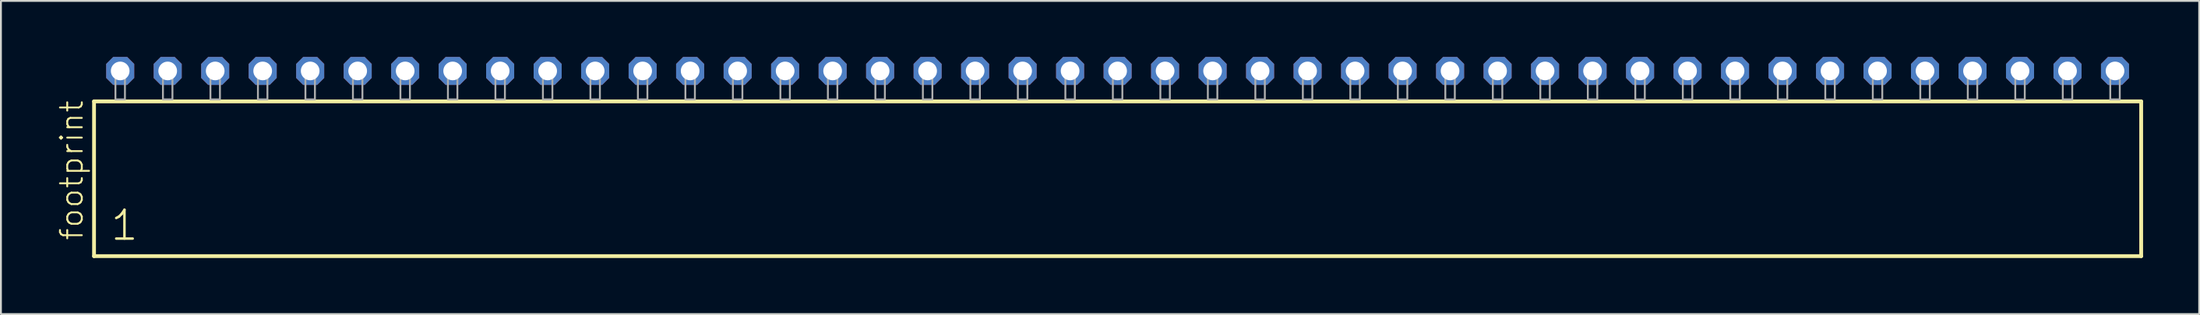
<source format=kicad_pcb>
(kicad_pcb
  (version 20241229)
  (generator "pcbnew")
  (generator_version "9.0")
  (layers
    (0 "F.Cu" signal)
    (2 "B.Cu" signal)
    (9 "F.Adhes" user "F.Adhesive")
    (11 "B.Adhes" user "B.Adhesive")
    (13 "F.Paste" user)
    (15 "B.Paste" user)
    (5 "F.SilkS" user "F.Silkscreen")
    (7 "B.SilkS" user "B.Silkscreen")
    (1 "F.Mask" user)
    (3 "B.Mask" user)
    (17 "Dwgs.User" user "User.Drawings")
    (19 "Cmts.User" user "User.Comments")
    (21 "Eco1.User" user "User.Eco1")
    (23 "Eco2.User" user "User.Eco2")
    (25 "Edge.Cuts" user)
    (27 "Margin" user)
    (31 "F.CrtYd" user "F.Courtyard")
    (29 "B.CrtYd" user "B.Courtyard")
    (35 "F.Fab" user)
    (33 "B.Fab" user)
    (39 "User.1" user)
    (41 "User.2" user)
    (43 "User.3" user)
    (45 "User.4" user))
  (footprint "footprint"
    (layer "F.Cu")
    (at 56.718 2.274)
    (property "Reference" "footprint" (at -55.245 7.62 90) (layer "F.SilkS") (effects (font (size 1.168 1.168) (thickness 0.102)) (justify left bottom)))
    (fp_line (start -54.739 0.106) (end -54.739 8.396) (stroke (width 0.203) (type solid)) (layer "F.SilkS"))
    (fp_line (start -54.739 8.396) (end 54.739 8.396) (stroke (width 0.203) (type solid)) (layer "F.SilkS"))
    (fp_line (start 54.739 0.106) (end -54.739 0.106) (stroke (width 0.203) (type solid)) (layer "F.SilkS"))
    (fp_line (start 54.739 8.396) (end 54.739 0.106) (stroke (width 0.203) (type solid)) (layer "F.SilkS"))
    (fp_poly (pts (xy -53.594 0) (xy -53.086 0) (xy -53.086 -1.778) (xy -53.594 -1.778)) (stroke (width 0.1) (type solid)) (fill no) (layer "F.Fab"))
    (fp_poly (pts (xy -51.054 0) (xy -50.546 0) (xy -50.546 -1.778) (xy -51.054 -1.778)) (stroke (width 0.1) (type solid)) (fill no) (layer "F.Fab"))
    (fp_poly (pts (xy -48.514 0) (xy -48.006 0) (xy -48.006 -1.778) (xy -48.514 -1.778)) (stroke (width 0.1) (type solid)) (fill no) (layer "F.Fab"))
    (fp_poly (pts (xy -45.974 0) (xy -45.466 0) (xy -45.466 -1.778) (xy -45.974 -1.778)) (stroke (width 0.1) (type solid)) (fill no) (layer "F.Fab"))
    (fp_poly (pts (xy -43.434 0) (xy -42.926 0) (xy -42.926 -1.778) (xy -43.434 -1.778)) (stroke (width 0.1) (type solid)) (fill no) (layer "F.Fab"))
    (fp_poly (pts (xy -40.894 0) (xy -40.386 0) (xy -40.386 -1.778) (xy -40.894 -1.778)) (stroke (width 0.1) (type solid)) (fill no) (layer "F.Fab"))
    (fp_poly (pts (xy -38.354 0) (xy -37.846 0) (xy -37.846 -1.778) (xy -38.354 -1.778)) (stroke (width 0.1) (type solid)) (fill no) (layer "F.Fab"))
    (fp_poly (pts (xy -35.814 0) (xy -35.306 0) (xy -35.306 -1.778) (xy -35.814 -1.778)) (stroke (width 0.1) (type solid)) (fill no) (layer "F.Fab"))
    (fp_poly (pts (xy -33.274 0) (xy -32.766 0) (xy -32.766 -1.778) (xy -33.274 -1.778)) (stroke (width 0.1) (type solid)) (fill no) (layer "F.Fab"))
    (fp_poly (pts (xy -30.734 0) (xy -30.226 0) (xy -30.226 -1.778) (xy -30.734 -1.778)) (stroke (width 0.1) (type solid)) (fill no) (layer "F.Fab"))
    (fp_poly (pts (xy -28.194 0) (xy -27.686 0) (xy -27.686 -1.778) (xy -28.194 -1.778)) (stroke (width 0.1) (type solid)) (fill no) (layer "F.Fab"))
    (fp_poly (pts (xy -25.654 0) (xy -25.146 0) (xy -25.146 -1.778) (xy -25.654 -1.778)) (stroke (width 0.1) (type solid)) (fill no) (layer "F.Fab"))
    (fp_poly (pts (xy -23.114 0) (xy -22.606 0) (xy -22.606 -1.778) (xy -23.114 -1.778)) (stroke (width 0.1) (type solid)) (fill no) (layer "F.Fab"))
    (fp_poly (pts (xy -20.574 0) (xy -20.066 0) (xy -20.066 -1.778) (xy -20.574 -1.778)) (stroke (width 0.1) (type solid)) (fill no) (layer "F.Fab"))
    (fp_poly (pts (xy -18.034 0) (xy -17.526 0) (xy -17.526 -1.778) (xy -18.034 -1.778)) (stroke (width 0.1) (type solid)) (fill no) (layer "F.Fab"))
    (fp_poly (pts (xy -15.494 0) (xy -14.986 0) (xy -14.986 -1.778) (xy -15.494 -1.778)) (stroke (width 0.1) (type solid)) (fill no) (layer "F.Fab"))
    (fp_poly (pts (xy -12.954 0) (xy -12.446 0) (xy -12.446 -1.778) (xy -12.954 -1.778)) (stroke (width 0.1) (type solid)) (fill no) (layer "F.Fab"))
    (fp_poly (pts (xy -10.414 0) (xy -9.906 0) (xy -9.906 -1.778) (xy -10.414 -1.778)) (stroke (width 0.1) (type solid)) (fill no) (layer "F.Fab"))
    (fp_poly (pts (xy -7.874 0) (xy -7.366 0) (xy -7.366 -1.778) (xy -7.874 -1.778)) (stroke (width 0.1) (type solid)) (fill no) (layer "F.Fab"))
    (fp_poly (pts (xy -5.334 0) (xy -4.826 0) (xy -4.826 -1.778) (xy -5.334 -1.778)) (stroke (width 0.1) (type solid)) (fill no) (layer "F.Fab"))
    (fp_poly (pts (xy -2.794 0) (xy -2.286 0) (xy -2.286 -1.778) (xy -2.794 -1.778)) (stroke (width 0.1) (type solid)) (fill no) (layer "F.Fab"))
    (fp_poly (pts (xy -0.254 0) (xy 0.254 0) (xy 0.254 -1.778) (xy -0.254 -1.778)) (stroke (width 0.1) (type solid)) (fill no) (layer "F.Fab"))
    (fp_poly (pts (xy 2.286 0) (xy 2.794 0) (xy 2.794 -1.778) (xy 2.286 -1.778)) (stroke (width 0.1) (type solid)) (fill no) (layer "F.Fab"))
    (fp_poly (pts (xy 4.826 0) (xy 5.334 0) (xy 5.334 -1.778) (xy 4.826 -1.778)) (stroke (width 0.1) (type solid)) (fill no) (layer "F.Fab"))
    (fp_poly (pts (xy 7.366 0) (xy 7.874 0) (xy 7.874 -1.778) (xy 7.366 -1.778)) (stroke (width 0.1) (type solid)) (fill no) (layer "F.Fab"))
    (fp_poly (pts (xy 9.906 0) (xy 10.414 0) (xy 10.414 -1.778) (xy 9.906 -1.778)) (stroke (width 0.1) (type solid)) (fill no) (layer "F.Fab"))
    (fp_poly (pts (xy 12.446 0) (xy 12.954 0) (xy 12.954 -1.778) (xy 12.446 -1.778)) (stroke (width 0.1) (type solid)) (fill no) (layer "F.Fab"))
    (fp_poly (pts (xy 14.986 0) (xy 15.494 0) (xy 15.494 -1.778) (xy 14.986 -1.778)) (stroke (width 0.1) (type solid)) (fill no) (layer "F.Fab"))
    (fp_poly (pts (xy 17.526 0) (xy 18.034 0) (xy 18.034 -1.778) (xy 17.526 -1.778)) (stroke (width 0.1) (type solid)) (fill no) (layer "F.Fab"))
    (fp_poly (pts (xy 20.066 0) (xy 20.574 0) (xy 20.574 -1.778) (xy 20.066 -1.778)) (stroke (width 0.1) (type solid)) (fill no) (layer "F.Fab"))
    (fp_poly (pts (xy 22.606 0) (xy 23.114 0) (xy 23.114 -1.778) (xy 22.606 -1.778)) (stroke (width 0.1) (type solid)) (fill no) (layer "F.Fab"))
    (fp_poly (pts (xy 25.146 0) (xy 25.654 0) (xy 25.654 -1.778) (xy 25.146 -1.778)) (stroke (width 0.1) (type solid)) (fill no) (layer "F.Fab"))
    (fp_poly (pts (xy 27.686 0) (xy 28.194 0) (xy 28.194 -1.778) (xy 27.686 -1.778)) (stroke (width 0.1) (type solid)) (fill no) (layer "F.Fab"))
    (fp_poly (pts (xy 30.226 0) (xy 30.734 0) (xy 30.734 -1.778) (xy 30.226 -1.778)) (stroke (width 0.1) (type solid)) (fill no) (layer "F.Fab"))
    (fp_poly (pts (xy 32.766 0) (xy 33.274 0) (xy 33.274 -1.778) (xy 32.766 -1.778)) (stroke (width 0.1) (type solid)) (fill no) (layer "F.Fab"))
    (fp_poly (pts (xy 35.306 0) (xy 35.814 0) (xy 35.814 -1.778) (xy 35.306 -1.778)) (stroke (width 0.1) (type solid)) (fill no) (layer "F.Fab"))
    (fp_poly (pts (xy 37.846 0) (xy 38.354 0) (xy 38.354 -1.778) (xy 37.846 -1.778)) (stroke (width 0.1) (type solid)) (fill no) (layer "F.Fab"))
    (fp_poly (pts (xy 40.386 0) (xy 40.894 0) (xy 40.894 -1.778) (xy 40.386 -1.778)) (stroke (width 0.1) (type solid)) (fill no) (layer "F.Fab"))
    (fp_poly (pts (xy 42.926 0) (xy 43.434 0) (xy 43.434 -1.778) (xy 42.926 -1.778)) (stroke (width 0.1) (type solid)) (fill no) (layer "F.Fab"))
    (fp_poly (pts (xy 45.466 0) (xy 45.974 0) (xy 45.974 -1.778) (xy 45.466 -1.778)) (stroke (width 0.1) (type solid)) (fill no) (layer "F.Fab"))
    (fp_poly (pts (xy 48.006 0) (xy 48.514 0) (xy 48.514 -1.778) (xy 48.006 -1.778)) (stroke (width 0.1) (type solid)) (fill no) (layer "F.Fab"))
    (fp_poly (pts (xy 50.546 0) (xy 51.054 0) (xy 51.054 -1.778) (xy 50.546 -1.778)) (stroke (width 0.1) (type solid)) (fill no) (layer "F.Fab"))
    (fp_poly (pts (xy 53.086 0) (xy 53.594 0) (xy 53.594 -1.778) (xy 53.086 -1.778)) (stroke (width 0.1) (type solid)) (fill no) (layer "F.Fab"))
    (fp_text user "1" (at -53.935 7.65 0) (layer "F.SilkS") (effects (font (size 1.542 1.542) (thickness 0.134)) (justify left bottom)))
    (pad "1" thru_hole roundrect (at -53.34 -1.524) (size 1.5 1.5) (drill 1) (layers "*.Cu" "*.Mask") (roundrect_rratio 0.25) (chamfer_ratio 0.25) (chamfer top_left top_right bottom_left bottom_right))
    (pad "2" thru_hole roundrect (at -50.8 -1.524) (size 1.5 1.5) (drill 1) (layers "*.Cu" "*.Mask") (roundrect_rratio 0.25) (chamfer_ratio 0.25) (chamfer top_left top_right bottom_left bottom_right))
    (pad "3" thru_hole roundrect (at -48.26 -1.524) (size 1.5 1.5) (drill 1) (layers "*.Cu" "*.Mask") (roundrect_rratio 0.25) (chamfer_ratio 0.25) (chamfer top_left top_right bottom_left bottom_right))
    (pad "4" thru_hole roundrect (at -45.72 -1.524) (size 1.5 1.5) (drill 1) (layers "*.Cu" "*.Mask") (roundrect_rratio 0.25) (chamfer_ratio 0.25) (chamfer top_left top_right bottom_left bottom_right))
    (pad "5" thru_hole roundrect (at -43.18 -1.524) (size 1.5 1.5) (drill 1) (layers "*.Cu" "*.Mask") (roundrect_rratio 0.25) (chamfer_ratio 0.25) (chamfer top_left top_right bottom_left bottom_right))
    (pad "6" thru_hole roundrect (at -40.64 -1.524) (size 1.5 1.5) (drill 1) (layers "*.Cu" "*.Mask") (roundrect_rratio 0.25) (chamfer_ratio 0.25) (chamfer top_left top_right bottom_left bottom_right))
    (pad "7" thru_hole roundrect (at -38.1 -1.524) (size 1.5 1.5) (drill 1) (layers "*.Cu" "*.Mask") (roundrect_rratio 0.25) (chamfer_ratio 0.25) (chamfer top_left top_right bottom_left bottom_right))
    (pad "8" thru_hole roundrect (at -35.56 -1.524) (size 1.5 1.5) (drill 1) (layers "*.Cu" "*.Mask") (roundrect_rratio 0.25) (chamfer_ratio 0.25) (chamfer top_left top_right bottom_left bottom_right))
    (pad "9" thru_hole roundrect (at -33.02 -1.524) (size 1.5 1.5) (drill 1) (layers "*.Cu" "*.Mask") (roundrect_rratio 0.25) (chamfer_ratio 0.25) (chamfer top_left top_right bottom_left bottom_right))
    (pad "10" thru_hole roundrect (at -30.48 -1.524) (size 1.5 1.5) (drill 1) (layers "*.Cu" "*.Mask") (roundrect_rratio 0.25) (chamfer_ratio 0.25) (chamfer top_left top_right bottom_left bottom_right))
    (pad "11" thru_hole roundrect (at -27.94 -1.524) (size 1.5 1.5) (drill 1) (layers "*.Cu" "*.Mask") (roundrect_rratio 0.25) (chamfer_ratio 0.25) (chamfer top_left top_right bottom_left bottom_right))
    (pad "12" thru_hole roundrect (at -25.4 -1.524) (size 1.5 1.5) (drill 1) (layers "*.Cu" "*.Mask") (roundrect_rratio 0.25) (chamfer_ratio 0.25) (chamfer top_left top_right bottom_left bottom_right))
    (pad "13" thru_hole roundrect (at -22.86 -1.524) (size 1.5 1.5) (drill 1) (layers "*.Cu" "*.Mask") (roundrect_rratio 0.25) (chamfer_ratio 0.25) (chamfer top_left top_right bottom_left bottom_right))
    (pad "14" thru_hole roundrect (at -20.32 -1.524) (size 1.5 1.5) (drill 1) (layers "*.Cu" "*.Mask") (roundrect_rratio 0.25) (chamfer_ratio 0.25) (chamfer top_left top_right bottom_left bottom_right))
    (pad "15" thru_hole roundrect (at -17.78 -1.524) (size 1.5 1.5) (drill 1) (layers "*.Cu" "*.Mask") (roundrect_rratio 0.25) (chamfer_ratio 0.25) (chamfer top_left top_right bottom_left bottom_right))
    (pad "16" thru_hole roundrect (at -15.24 -1.524) (size 1.5 1.5) (drill 1) (layers "*.Cu" "*.Mask") (roundrect_rratio 0.25) (chamfer_ratio 0.25) (chamfer top_left top_right bottom_left bottom_right))
    (pad "17" thru_hole roundrect (at -12.7 -1.524) (size 1.5 1.5) (drill 1) (layers "*.Cu" "*.Mask") (roundrect_rratio 0.25) (chamfer_ratio 0.25) (chamfer top_left top_right bottom_left bottom_right))
    (pad "18" thru_hole roundrect (at -10.16 -1.524) (size 1.5 1.5) (drill 1) (layers "*.Cu" "*.Mask") (roundrect_rratio 0.25) (chamfer_ratio 0.25) (chamfer top_left top_right bottom_left bottom_right))
    (pad "19" thru_hole roundrect (at -7.62 -1.524) (size 1.5 1.5) (drill 1) (layers "*.Cu" "*.Mask") (roundrect_rratio 0.25) (chamfer_ratio 0.25) (chamfer top_left top_right bottom_left bottom_right))
    (pad "20" thru_hole roundrect (at -5.08 -1.524) (size 1.5 1.5) (drill 1) (layers "*.Cu" "*.Mask") (roundrect_rratio 0.25) (chamfer_ratio 0.25) (chamfer top_left top_right bottom_left bottom_right))
    (pad "21" thru_hole roundrect (at -2.54 -1.524) (size 1.5 1.5) (drill 1) (layers "*.Cu" "*.Mask") (roundrect_rratio 0.25) (chamfer_ratio 0.25) (chamfer top_left top_right bottom_left bottom_right))
    (pad "22" thru_hole roundrect (at 0 -1.524) (size 1.5 1.5) (drill 1) (layers "*.Cu" "*.Mask") (roundrect_rratio 0.25) (chamfer_ratio 0.25) (chamfer top_left top_right bottom_left bottom_right))
    (pad "23" thru_hole roundrect (at 2.54 -1.524) (size 1.5 1.5) (drill 1) (layers "*.Cu" "*.Mask") (roundrect_rratio 0.25) (chamfer_ratio 0.25) (chamfer top_left top_right bottom_left bottom_right))
    (pad "24" thru_hole roundrect (at 5.08 -1.524) (size 1.5 1.5) (drill 1) (layers "*.Cu" "*.Mask") (roundrect_rratio 0.25) (chamfer_ratio 0.25) (chamfer top_left top_right bottom_left bottom_right))
    (pad "25" thru_hole roundrect (at 7.62 -1.524) (size 1.5 1.5) (drill 1) (layers "*.Cu" "*.Mask") (roundrect_rratio 0.25) (chamfer_ratio 0.25) (chamfer top_left top_right bottom_left bottom_right))
    (pad "26" thru_hole roundrect (at 10.16 -1.524) (size 1.5 1.5) (drill 1) (layers "*.Cu" "*.Mask") (roundrect_rratio 0.25) (chamfer_ratio 0.25) (chamfer top_left top_right bottom_left bottom_right))
    (pad "27" thru_hole roundrect (at 12.7 -1.524) (size 1.5 1.5) (drill 1) (layers "*.Cu" "*.Mask") (roundrect_rratio 0.25) (chamfer_ratio 0.25) (chamfer top_left top_right bottom_left bottom_right))
    (pad "28" thru_hole roundrect (at 15.24 -1.524) (size 1.5 1.5) (drill 1) (layers "*.Cu" "*.Mask") (roundrect_rratio 0.25) (chamfer_ratio 0.25) (chamfer top_left top_right bottom_left bottom_right))
    (pad "29" thru_hole roundrect (at 17.78 -1.524) (size 1.5 1.5) (drill 1) (layers "*.Cu" "*.Mask") (roundrect_rratio 0.25) (chamfer_ratio 0.25) (chamfer top_left top_right bottom_left bottom_right))
    (pad "30" thru_hole roundrect (at 20.32 -1.524) (size 1.5 1.5) (drill 1) (layers "*.Cu" "*.Mask") (roundrect_rratio 0.25) (chamfer_ratio 0.25) (chamfer top_left top_right bottom_left bottom_right))
    (pad "31" thru_hole roundrect (at 22.86 -1.524) (size 1.5 1.5) (drill 1) (layers "*.Cu" "*.Mask") (roundrect_rratio 0.25) (chamfer_ratio 0.25) (chamfer top_left top_right bottom_left bottom_right))
    (pad "32" thru_hole roundrect (at 25.4 -1.524) (size 1.5 1.5) (drill 1) (layers "*.Cu" "*.Mask") (roundrect_rratio 0.25) (chamfer_ratio 0.25) (chamfer top_left top_right bottom_left bottom_right))
    (pad "33" thru_hole roundrect (at 27.94 -1.524) (size 1.5 1.5) (drill 1) (layers "*.Cu" "*.Mask") (roundrect_rratio 0.25) (chamfer_ratio 0.25) (chamfer top_left top_right bottom_left bottom_right))
    (pad "34" thru_hole roundrect (at 30.48 -1.524) (size 1.5 1.5) (drill 1) (layers "*.Cu" "*.Mask") (roundrect_rratio 0.25) (chamfer_ratio 0.25) (chamfer top_left top_right bottom_left bottom_right))
    (pad "35" thru_hole roundrect (at 33.02 -1.524) (size 1.5 1.5) (drill 1) (layers "*.Cu" "*.Mask") (roundrect_rratio 0.25) (chamfer_ratio 0.25) (chamfer top_left top_right bottom_left bottom_right))
    (pad "36" thru_hole roundrect (at 35.56 -1.524) (size 1.5 1.5) (drill 1) (layers "*.Cu" "*.Mask") (roundrect_rratio 0.25) (chamfer_ratio 0.25) (chamfer top_left top_right bottom_left bottom_right))
    (pad "37" thru_hole roundrect (at 38.1 -1.524) (size 1.5 1.5) (drill 1) (layers "*.Cu" "*.Mask") (roundrect_rratio 0.25) (chamfer_ratio 0.25) (chamfer top_left top_right bottom_left bottom_right))
    (pad "38" thru_hole roundrect (at 40.64 -1.524) (size 1.5 1.5) (drill 1) (layers "*.Cu" "*.Mask") (roundrect_rratio 0.25) (chamfer_ratio 0.25) (chamfer top_left top_right bottom_left bottom_right))
    (pad "39" thru_hole roundrect (at 43.18 -1.524) (size 1.5 1.5) (drill 1) (layers "*.Cu" "*.Mask") (roundrect_rratio 0.25) (chamfer_ratio 0.25) (chamfer top_left top_right bottom_left bottom_right))
    (pad "40" thru_hole roundrect (at 45.72 -1.524) (size 1.5 1.5) (drill 1) (layers "*.Cu" "*.Mask") (roundrect_rratio 0.25) (chamfer_ratio 0.25) (chamfer top_left top_right bottom_left bottom_right))
    (pad "41" thru_hole roundrect (at 48.26 -1.524) (size 1.5 1.5) (drill 1) (layers "*.Cu" "*.Mask") (roundrect_rratio 0.25) (chamfer_ratio 0.25) (chamfer top_left top_right bottom_left bottom_right))
    (pad "42" thru_hole roundrect (at 50.8 -1.524) (size 1.5 1.5) (drill 1) (layers "*.Cu" "*.Mask") (roundrect_rratio 0.25) (chamfer_ratio 0.25) (chamfer top_left top_right bottom_left bottom_right))
    (pad "43" thru_hole roundrect (at 53.34 -1.524) (size 1.5 1.5) (drill 1) (layers "*.Cu" "*.Mask") (roundrect_rratio 0.25) (chamfer_ratio 0.25) (chamfer top_left top_right bottom_left bottom_right)))
  (gr_rect
    (start -3 -3)
    (end 114.559 13.772)
    (stroke (width 0.1) (type default))
    (fill no)
    (layer "Edge.Cuts")))
</source>
